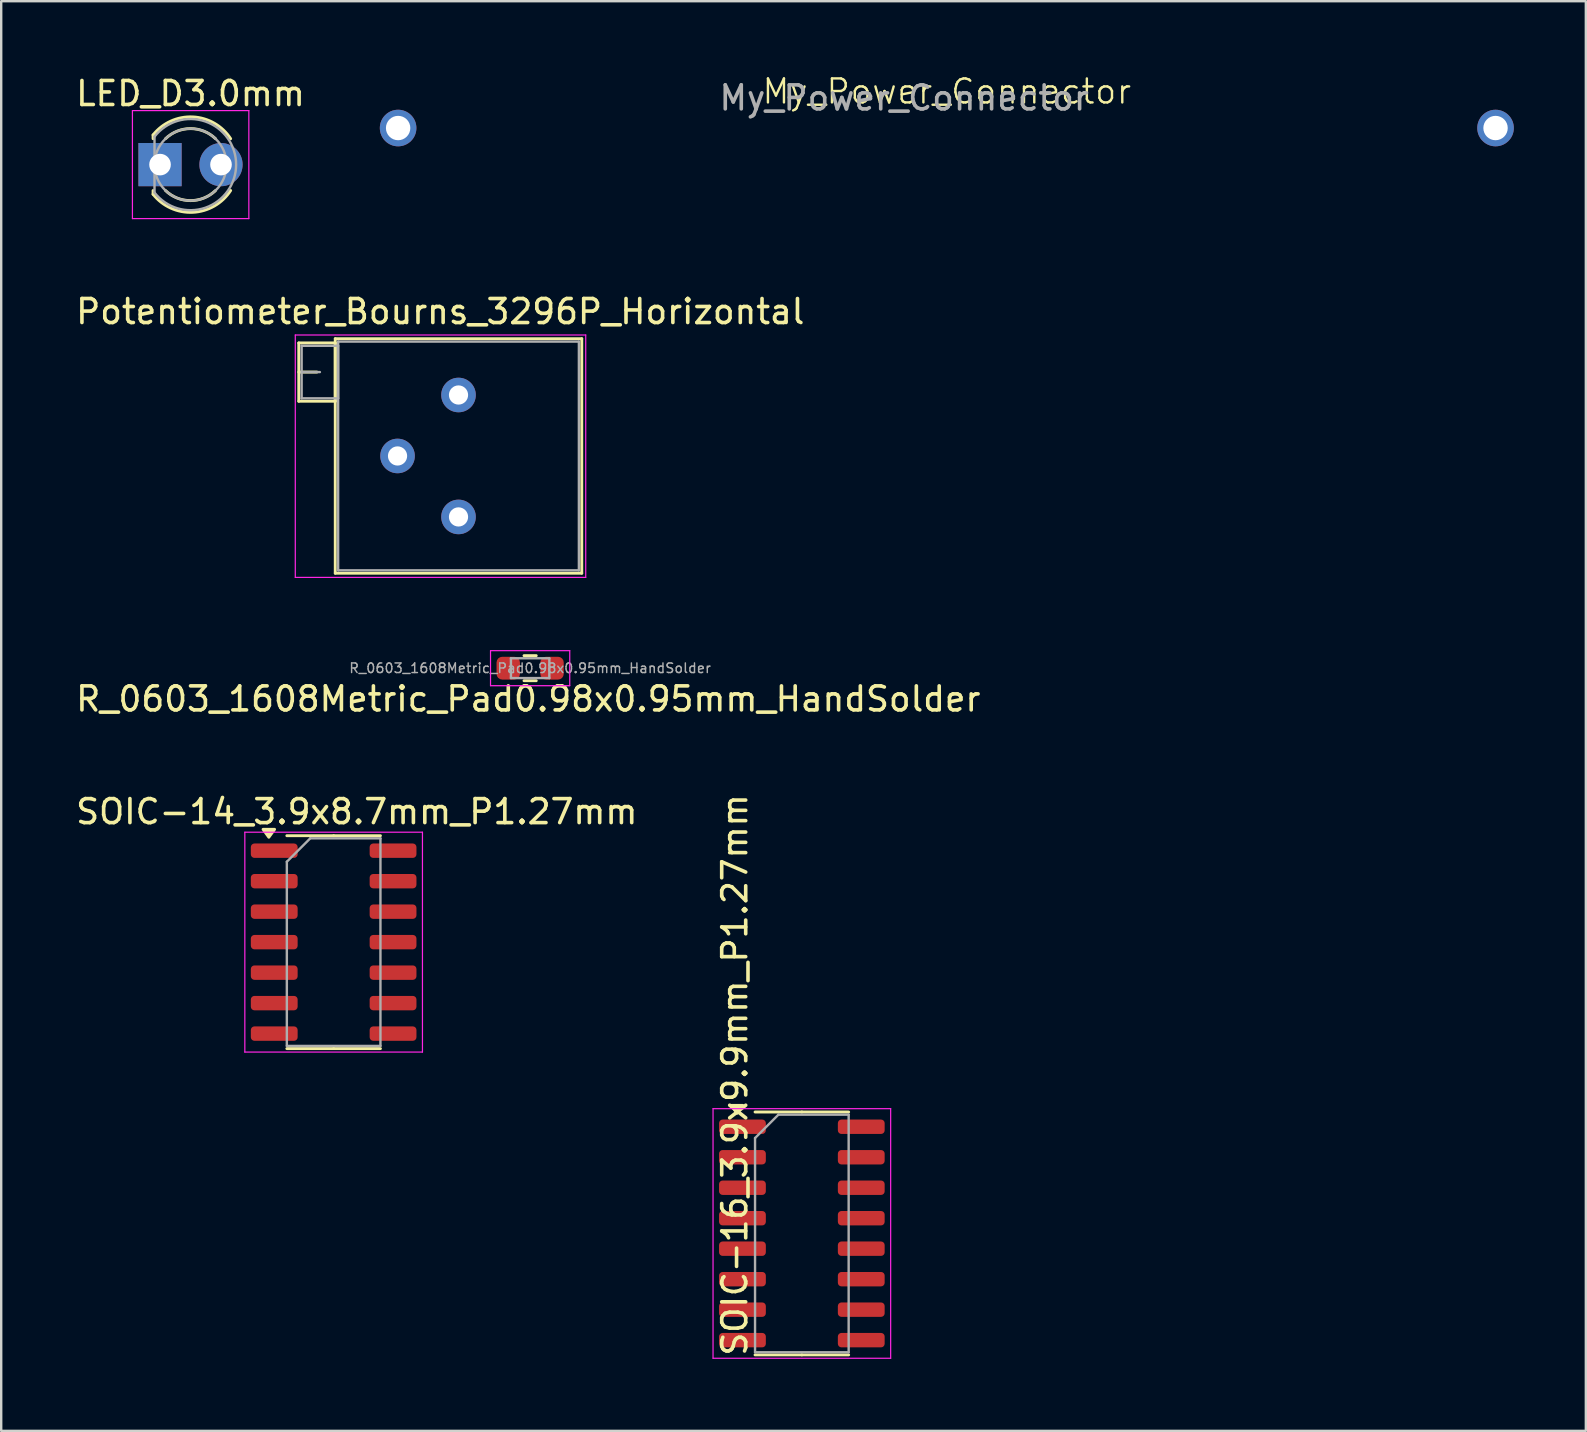
<source format=kicad_pcb>
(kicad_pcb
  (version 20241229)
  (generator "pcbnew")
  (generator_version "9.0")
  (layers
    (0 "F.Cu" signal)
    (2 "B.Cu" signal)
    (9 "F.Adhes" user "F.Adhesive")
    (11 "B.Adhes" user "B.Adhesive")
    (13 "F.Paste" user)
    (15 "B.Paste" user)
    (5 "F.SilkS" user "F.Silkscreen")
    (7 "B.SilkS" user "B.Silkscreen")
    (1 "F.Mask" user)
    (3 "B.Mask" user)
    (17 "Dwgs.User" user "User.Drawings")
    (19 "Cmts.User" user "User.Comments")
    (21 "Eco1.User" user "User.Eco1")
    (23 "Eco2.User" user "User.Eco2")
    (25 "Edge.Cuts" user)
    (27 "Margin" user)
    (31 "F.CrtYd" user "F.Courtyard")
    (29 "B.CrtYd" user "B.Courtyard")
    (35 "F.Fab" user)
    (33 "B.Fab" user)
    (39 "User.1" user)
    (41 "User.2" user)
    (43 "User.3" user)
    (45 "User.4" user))
  (footprint "R_0603_1608Metric_Pad0.98x0.95mm_HandSolder"
    (layer "F.Cu")
    (at 19.036 24.787)
    (property "Reference" "R_0603_1608Metric_Pad0.98x0.95mm_HandSolder" (at -0.077 1.282 0) (layer "F.SilkS") (effects (font (size 1 1) (thickness 0.15))))
    (attr smd)
    (fp_line (start -0.255 -0.522) (end 0.255 -0.522) (stroke (width 0.12) (type solid)) (layer "F.SilkS"))
    (fp_line (start -0.255 0.522) (end 0.255 0.522) (stroke (width 0.12) (type solid)) (layer "F.SilkS"))
    (fp_line (start -1.65 -0.73) (end 1.65 -0.73) (stroke (width 0.05) (type solid)) (layer "F.CrtYd"))
    (fp_line (start -1.65 0.73) (end -1.65 -0.73) (stroke (width 0.05) (type solid)) (layer "F.CrtYd"))
    (fp_line (start 1.65 -0.73) (end 1.65 0.73) (stroke (width 0.05) (type solid)) (layer "F.CrtYd"))
    (fp_line (start 1.65 0.73) (end -1.65 0.73) (stroke (width 0.05) (type solid)) (layer "F.CrtYd"))
    (fp_line (start -0.8 -0.412) (end 0.8 -0.412) (stroke (width 0.1) (type solid)) (layer "F.Fab"))
    (fp_line (start -0.8 0.412) (end -0.8 -0.412) (stroke (width 0.1) (type solid)) (layer "F.Fab"))
    (fp_line (start 0.8 -0.412) (end 0.8 0.412) (stroke (width 0.1) (type solid)) (layer "F.Fab"))
    (fp_line (start 0.8 0.412) (end -0.8 0.412) (stroke (width 0.1) (type solid)) (layer "F.Fab"))
    (fp_text user "${REFERENCE}" (at 0 0 0) (layer "F.Fab") (effects (font (size 0.4 0.4) (thickness 0.06))))
    (pad "1" smd roundrect (at -0.912 0) (size 0.975 0.95) (layers "F.Cu" "F.Mask" "F.Paste") (roundrect_rratio 0.25))
    (pad "2" smd roundrect (at 0.912 0) (size 0.975 0.95) (layers "F.Cu" "F.Mask" "F.Paste") (roundrect_rratio 0.25)))
  (footprint "My_Power_Connector"
    (layer "F.Cu")
    (at 36.396 2.284)
    (property "Reference" "My_Power_Connector" (at 0 -1.524 0) (unlocked yes) (layer "F.SilkS") (effects (font (size 1 1) (thickness 0.1))))
    (attr through_hole)
    (fp_text user "${REFERENCE}" (at -1.778 -1.254 0) (unlocked yes) (layer "F.Fab") (effects (font (size 1 1) (thickness 0.15))))
    (pad "1" thru_hole circle (at 22.86 0) (size 1.524 1.524) (drill 1.016) (layers "*.Cu" "*.Mask"))
    (pad "2" thru_hole circle (at -22.86 0) (size 1.524 1.524) (drill 1.016) (layers "*.Cu" "*.Mask")))
  (footprint "LED_D3.0mm"
    (layer "F.Cu")
    (at 3.617 3.808)
    (property "Reference" "LED_D3.0mm" (at 1.27 -2.96 0) (layer "F.SilkS") (effects (font (size 1 1) (thickness 0.15))))
    (attr through_hole)
    (fp_line (start -0.29 -1.236) (end -0.29 -1.08) (stroke (width 0.12) (type solid)) (layer "F.SilkS"))
    (fp_line (start -0.29 1.08) (end -0.29 1.236) (stroke (width 0.12) (type solid)) (layer "F.SilkS"))
    (fp_arc (start -0.29 -1.235516) (mid 1.366487 -1.987659) (end 2.942335 -1.078608) (stroke (width 0.12) (type solid)) (layer "F.SilkS"))
    (fp_arc (start 0.229039 -1.08) (mid 1.270117 -1.5) (end 2.31113 -1.079837) (stroke (width 0.12) (type solid)) (layer "F.SilkS"))
    (fp_arc (start 2.31113 1.079837) (mid 1.270117 1.5) (end 0.229039 1.08) (stroke (width 0.12) (type solid)) (layer "F.SilkS"))
    (fp_arc (start 2.942335 1.078608) (mid 1.366487 1.987659) (end -0.29 1.235516) (stroke (width 0.12) (type solid)) (layer "F.SilkS"))
    (fp_line (start -1.15 -2.25) (end -1.15 2.25) (stroke (width 0.05) (type solid)) (layer "F.CrtYd"))
    (fp_line (start -1.15 2.25) (end 3.7 2.25) (stroke (width 0.05) (type solid)) (layer "F.CrtYd"))
    (fp_line (start 3.7 -2.25) (end -1.15 -2.25) (stroke (width 0.05) (type solid)) (layer "F.CrtYd"))
    (fp_line (start 3.7 2.25) (end 3.7 -2.25) (stroke (width 0.05) (type solid)) (layer "F.CrtYd"))
    (fp_line (start -0.23 -1.166) (end -0.23 1.166) (stroke (width 0.1) (type solid)) (layer "F.Fab"))
    (fp_arc (start -0.23 -1.16619) (mid 3.17 0.000452) (end -0.230555 1.165476) (stroke (width 0.1) (type solid)) (layer "F.Fab"))
    (fp_circle (center 1.27 0) (end 2.77 0) (stroke (width 0.1) (type solid)) (fill no) (layer "F.Fab"))
    (pad "1" thru_hole rect (at 0 0) (size 1.8 1.8) (drill 0.9) (layers "*.Cu" "*.Mask"))
    (pad "2" thru_hole circle (at 2.54 0) (size 1.8 1.8) (drill 0.9) (layers "*.Cu" "*.Mask")))
  (footprint "SOIC-14_3.9x8.7mm_P1.27mm"
    (layer "F.Cu")
    (at 10.85 36.201)
    (property "Reference" "SOIC-14_3.9x8.7mm_P1.27mm" (at 0.965 -5.436 0) (layer "F.SilkS") (effects (font (size 1 1) (thickness 0.15))))
    (attr smd)
    (fp_line (start 0 -4.435) (end -1.95 -4.435) (stroke (width 0.12) (type solid)) (layer "F.SilkS"))
    (fp_line (start 0 -4.435) (end 1.95 -4.435) (stroke (width 0.12) (type solid)) (layer "F.SilkS"))
    (fp_line (start 0 4.435) (end -1.95 4.435) (stroke (width 0.12) (type solid)) (layer "F.SilkS"))
    (fp_line (start 0 4.435) (end 1.95 4.435) (stroke (width 0.12) (type solid)) (layer "F.SilkS"))
    (fp_poly (pts (xy -2.7 -4.37) (xy -2.94 -4.7) (xy -2.46 -4.7) (xy -2.7 -4.37)) (stroke (width 0.12) (type solid)) (fill yes) (layer "F.SilkS"))
    (fp_line (start -3.7 -4.58) (end -3.7 4.58) (stroke (width 0.05) (type solid)) (layer "F.CrtYd"))
    (fp_line (start -3.7 4.58) (end 3.7 4.58) (stroke (width 0.05) (type solid)) (layer "F.CrtYd"))
    (fp_line (start 3.7 -4.58) (end -3.7 -4.58) (stroke (width 0.05) (type solid)) (layer "F.CrtYd"))
    (fp_line (start 3.7 4.58) (end 3.7 -4.58) (stroke (width 0.05) (type solid)) (layer "F.CrtYd"))
    (fp_line (start -1.95 -3.35) (end -0.975 -4.325) (stroke (width 0.1) (type solid)) (layer "F.Fab"))
    (fp_line (start -1.95 4.325) (end -1.95 -3.35) (stroke (width 0.1) (type solid)) (layer "F.Fab"))
    (fp_line (start -0.975 -4.325) (end 1.95 -4.325) (stroke (width 0.1) (type solid)) (layer "F.Fab"))
    (fp_line (start 1.95 -4.325) (end 1.95 4.325) (stroke (width 0.1) (type solid)) (layer "F.Fab"))
    (fp_line (start 1.95 4.325) (end -1.95 4.325) (stroke (width 0.1) (type solid)) (layer "F.Fab"))
    (pad "1" smd roundrect (at -2.475 -3.81) (size 1.95 0.6) (layers "F.Cu" "F.Mask" "F.Paste") (roundrect_rratio 0.25))
    (pad "2" smd roundrect (at -2.475 -2.54) (size 1.95 0.6) (layers "F.Cu" "F.Mask" "F.Paste") (roundrect_rratio 0.25))
    (pad "3" smd roundrect (at -2.475 -1.27) (size 1.95 0.6) (layers "F.Cu" "F.Mask" "F.Paste") (roundrect_rratio 0.25))
    (pad "4" smd roundrect (at -2.475 0) (size 1.95 0.6) (layers "F.Cu" "F.Mask" "F.Paste") (roundrect_rratio 0.25))
    (pad "5" smd roundrect (at -2.475 1.27) (size 1.95 0.6) (layers "F.Cu" "F.Mask" "F.Paste") (roundrect_rratio 0.25))
    (pad "6" smd roundrect (at -2.475 2.54) (size 1.95 0.6) (layers "F.Cu" "F.Mask" "F.Paste") (roundrect_rratio 0.25))
    (pad "7" smd roundrect (at -2.475 3.81) (size 1.95 0.6) (layers "F.Cu" "F.Mask" "F.Paste") (roundrect_rratio 0.25))
    (pad "8" smd roundrect (at 2.475 3.81) (size 1.95 0.6) (layers "F.Cu" "F.Mask" "F.Paste") (roundrect_rratio 0.25))
    (pad "9" smd roundrect (at 2.475 2.54) (size 1.95 0.6) (layers "F.Cu" "F.Mask" "F.Paste") (roundrect_rratio 0.25))
    (pad "10" smd roundrect (at 2.475 1.27) (size 1.95 0.6) (layers "F.Cu" "F.Mask" "F.Paste") (roundrect_rratio 0.25))
    (pad "11" smd roundrect (at 2.475 0) (size 1.95 0.6) (layers "F.Cu" "F.Mask" "F.Paste") (roundrect_rratio 0.25))
    (pad "12" smd roundrect (at 2.475 -1.27) (size 1.95 0.6) (layers "F.Cu" "F.Mask" "F.Paste") (roundrect_rratio 0.25))
    (pad "13" smd roundrect (at 2.475 -2.54) (size 1.95 0.6) (layers "F.Cu" "F.Mask" "F.Paste") (roundrect_rratio 0.25))
    (pad "14" smd roundrect (at 2.475 -3.81) (size 1.95 0.6) (layers "F.Cu" "F.Mask" "F.Paste") (roundrect_rratio 0.25)))
  (footprint "Potentiometer_Bourns_3296P_Horizontal"
    (layer "F.Cu")
    (at 16.052 13.406)
    (property "Reference" "Potentiometer_Bourns_3296P_Horizontal" (at -0.76 -3.475 0) (layer "F.SilkS") (effects (font (size 1 1) (thickness 0.15))))
    (attr through_hole)
    (fp_line (start -6.655 -2.169) (end -6.655 0.26) (stroke (width 0.12) (type solid)) (layer "F.SilkS"))
    (fp_line (start -6.655 -2.169) (end -5.136 -2.169) (stroke (width 0.12) (type solid)) (layer "F.SilkS"))
    (fp_line (start -6.655 -0.955) (end -5.896 -0.955) (stroke (width 0.12) (type solid)) (layer "F.SilkS"))
    (fp_line (start -6.655 0.26) (end -5.136 0.26) (stroke (width 0.12) (type solid)) (layer "F.SilkS"))
    (fp_line (start -5.136 -2.169) (end -5.136 0.26) (stroke (width 0.12) (type solid)) (layer "F.SilkS"))
    (fp_line (start -5.135 -2.345) (end -5.135 7.425) (stroke (width 0.12) (type solid)) (layer "F.SilkS"))
    (fp_line (start -5.135 -2.345) (end 5.135 -2.345) (stroke (width 0.12) (type solid)) (layer "F.SilkS"))
    (fp_line (start -5.135 7.425) (end 5.135 7.425) (stroke (width 0.12) (type solid)) (layer "F.SilkS"))
    (fp_line (start 5.135 -2.345) (end 5.135 7.425) (stroke (width 0.12) (type solid)) (layer "F.SilkS"))
    (fp_line (start -6.8 -2.5) (end -6.8 7.6) (stroke (width 0.05) (type solid)) (layer "F.CrtYd"))
    (fp_line (start -6.8 7.6) (end 5.3 7.6) (stroke (width 0.05) (type solid)) (layer "F.CrtYd"))
    (fp_line (start 5.3 -2.5) (end -6.8 -2.5) (stroke (width 0.05) (type solid)) (layer "F.CrtYd"))
    (fp_line (start 5.3 7.6) (end 5.3 -2.5) (stroke (width 0.05) (type solid)) (layer "F.CrtYd"))
    (fp_line (start -6.535 -2.05) (end -6.535 0.14) (stroke (width 0.1) (type solid)) (layer "F.Fab"))
    (fp_line (start -6.535 -0.955) (end -5.775 -0.955) (stroke (width 0.1) (type solid)) (layer "F.Fab"))
    (fp_line (start -6.535 0.14) (end -5.015 0.14) (stroke (width 0.1) (type solid)) (layer "F.Fab"))
    (fp_line (start -5.015 -2.225) (end -5.015 7.305) (stroke (width 0.1) (type solid)) (layer "F.Fab"))
    (fp_line (start -5.015 -2.05) (end -6.535 -2.05) (stroke (width 0.1) (type solid)) (layer "F.Fab"))
    (fp_line (start -5.015 0.14) (end -5.015 -2.05) (stroke (width 0.1) (type solid)) (layer "F.Fab"))
    (fp_line (start -5.015 7.305) (end 5.015 7.305) (stroke (width 0.1) (type solid)) (layer "F.Fab"))
    (fp_line (start 5.015 -2.225) (end -5.015 -2.225) (stroke (width 0.1) (type solid)) (layer "F.Fab"))
    (fp_line (start 5.015 7.305) (end 5.015 -2.225) (stroke (width 0.1) (type solid)) (layer "F.Fab"))
    (pad "1" thru_hole circle (at 0 0) (size 1.44 1.44) (drill 0.8) (layers "*.Cu" "*.Mask"))
    (pad "2" thru_hole circle (at -2.54 2.54) (size 1.44 1.44) (drill 0.8) (layers "*.Cu" "*.Mask"))
    (pad "3" thru_hole circle (at 0 5.08) (size 1.44 1.44) (drill 0.8) (layers "*.Cu" "*.Mask")))
  (footprint "SOIC-16_3.9x9.9mm_P1.27mm"
    (layer "F.Cu")
    (at 30.356 48.337)
    (property "Reference" "SOIC-16_3.9x9.9mm_P1.27mm" (at -2.794 -6.604 270) (layer "F.SilkS") (effects (font (size 1 1) (thickness 0.15))))
    (attr smd)
    (fp_line (start 0 -5.06) (end -1.95 -5.06) (stroke (width 0.12) (type solid)) (layer "F.SilkS"))
    (fp_line (start 0 -5.06) (end 1.95 -5.06) (stroke (width 0.12) (type solid)) (layer "F.SilkS"))
    (fp_line (start 0 5.06) (end -1.95 5.06) (stroke (width 0.12) (type solid)) (layer "F.SilkS"))
    (fp_line (start 0 5.06) (end 1.95 5.06) (stroke (width 0.12) (type solid)) (layer "F.SilkS"))
    (fp_poly (pts (xy -2.7 -5.005) (xy -2.94 -5.335) (xy -2.46 -5.335) (xy -2.7 -5.005)) (stroke (width 0.12) (type solid)) (fill yes) (layer "F.SilkS"))
    (fp_line (start -3.7 -5.2) (end -3.7 5.2) (stroke (width 0.05) (type solid)) (layer "F.CrtYd"))
    (fp_line (start -3.7 5.2) (end 3.7 5.2) (stroke (width 0.05) (type solid)) (layer "F.CrtYd"))
    (fp_line (start 3.7 -5.2) (end -3.7 -5.2) (stroke (width 0.05) (type solid)) (layer "F.CrtYd"))
    (fp_line (start 3.7 5.2) (end 3.7 -5.2) (stroke (width 0.05) (type solid)) (layer "F.CrtYd"))
    (fp_line (start -1.95 -3.975) (end -0.975 -4.95) (stroke (width 0.1) (type solid)) (layer "F.Fab"))
    (fp_line (start -1.95 4.95) (end -1.95 -3.975) (stroke (width 0.1) (type solid)) (layer "F.Fab"))
    (fp_line (start -0.975 -4.95) (end 1.95 -4.95) (stroke (width 0.1) (type solid)) (layer "F.Fab"))
    (fp_line (start 1.95 -4.95) (end 1.95 4.95) (stroke (width 0.1) (type solid)) (layer "F.Fab"))
    (fp_line (start 1.95 4.95) (end -1.95 4.95) (stroke (width 0.1) (type solid)) (layer "F.Fab"))
    (pad "1" smd roundrect (at -2.475 -4.445) (size 1.95 0.6) (layers "F.Cu" "F.Mask" "F.Paste") (roundrect_rratio 0.25))
    (pad "2" smd roundrect (at -2.475 -3.175) (size 1.95 0.6) (layers "F.Cu" "F.Mask" "F.Paste") (roundrect_rratio 0.25))
    (pad "3" smd roundrect (at -2.475 -1.905) (size 1.95 0.6) (layers "F.Cu" "F.Mask" "F.Paste") (roundrect_rratio 0.25))
    (pad "4" smd roundrect (at -2.475 -0.635) (size 1.95 0.6) (layers "F.Cu" "F.Mask" "F.Paste") (roundrect_rratio 0.25))
    (pad "5" smd roundrect (at -2.475 0.635) (size 1.95 0.6) (layers "F.Cu" "F.Mask" "F.Paste") (roundrect_rratio 0.25))
    (pad "6" smd roundrect (at -2.475 1.905) (size 1.95 0.6) (layers "F.Cu" "F.Mask" "F.Paste") (roundrect_rratio 0.25))
    (pad "7" smd roundrect (at -2.475 3.175) (size 1.95 0.6) (layers "F.Cu" "F.Mask" "F.Paste") (roundrect_rratio 0.25))
    (pad "8" smd roundrect (at -2.475 4.445) (size 1.95 0.6) (layers "F.Cu" "F.Mask" "F.Paste") (roundrect_rratio 0.25))
    (pad "9" smd roundrect (at 2.475 4.445) (size 1.95 0.6) (layers "F.Cu" "F.Mask" "F.Paste") (roundrect_rratio 0.25))
    (pad "10" smd roundrect (at 2.475 3.175) (size 1.95 0.6) (layers "F.Cu" "F.Mask" "F.Paste") (roundrect_rratio 0.25))
    (pad "11" smd roundrect (at 2.475 1.905) (size 1.95 0.6) (layers "F.Cu" "F.Mask" "F.Paste") (roundrect_rratio 0.25))
    (pad "12" smd roundrect (at 2.475 0.635) (size 1.95 0.6) (layers "F.Cu" "F.Mask" "F.Paste") (roundrect_rratio 0.25))
    (pad "13" smd roundrect (at 2.475 -0.635) (size 1.95 0.6) (layers "F.Cu" "F.Mask" "F.Paste") (roundrect_rratio 0.25))
    (pad "14" smd roundrect (at 2.475 -1.905) (size 1.95 0.6) (layers "F.Cu" "F.Mask" "F.Paste") (roundrect_rratio 0.25))
    (pad "15" smd roundrect (at 2.475 -3.175) (size 1.95 0.6) (layers "F.Cu" "F.Mask" "F.Paste") (roundrect_rratio 0.25))
    (pad "16" smd roundrect (at 2.475 -4.445) (size 1.95 0.6) (layers "F.Cu" "F.Mask" "F.Paste") (roundrect_rratio 0.25)))
  (gr_rect
    (start -3 -3)
    (end 63.018 56.562)
    (stroke (width 0.1) (type default))
    (fill no)
    (layer "Edge.Cuts")))
</source>
